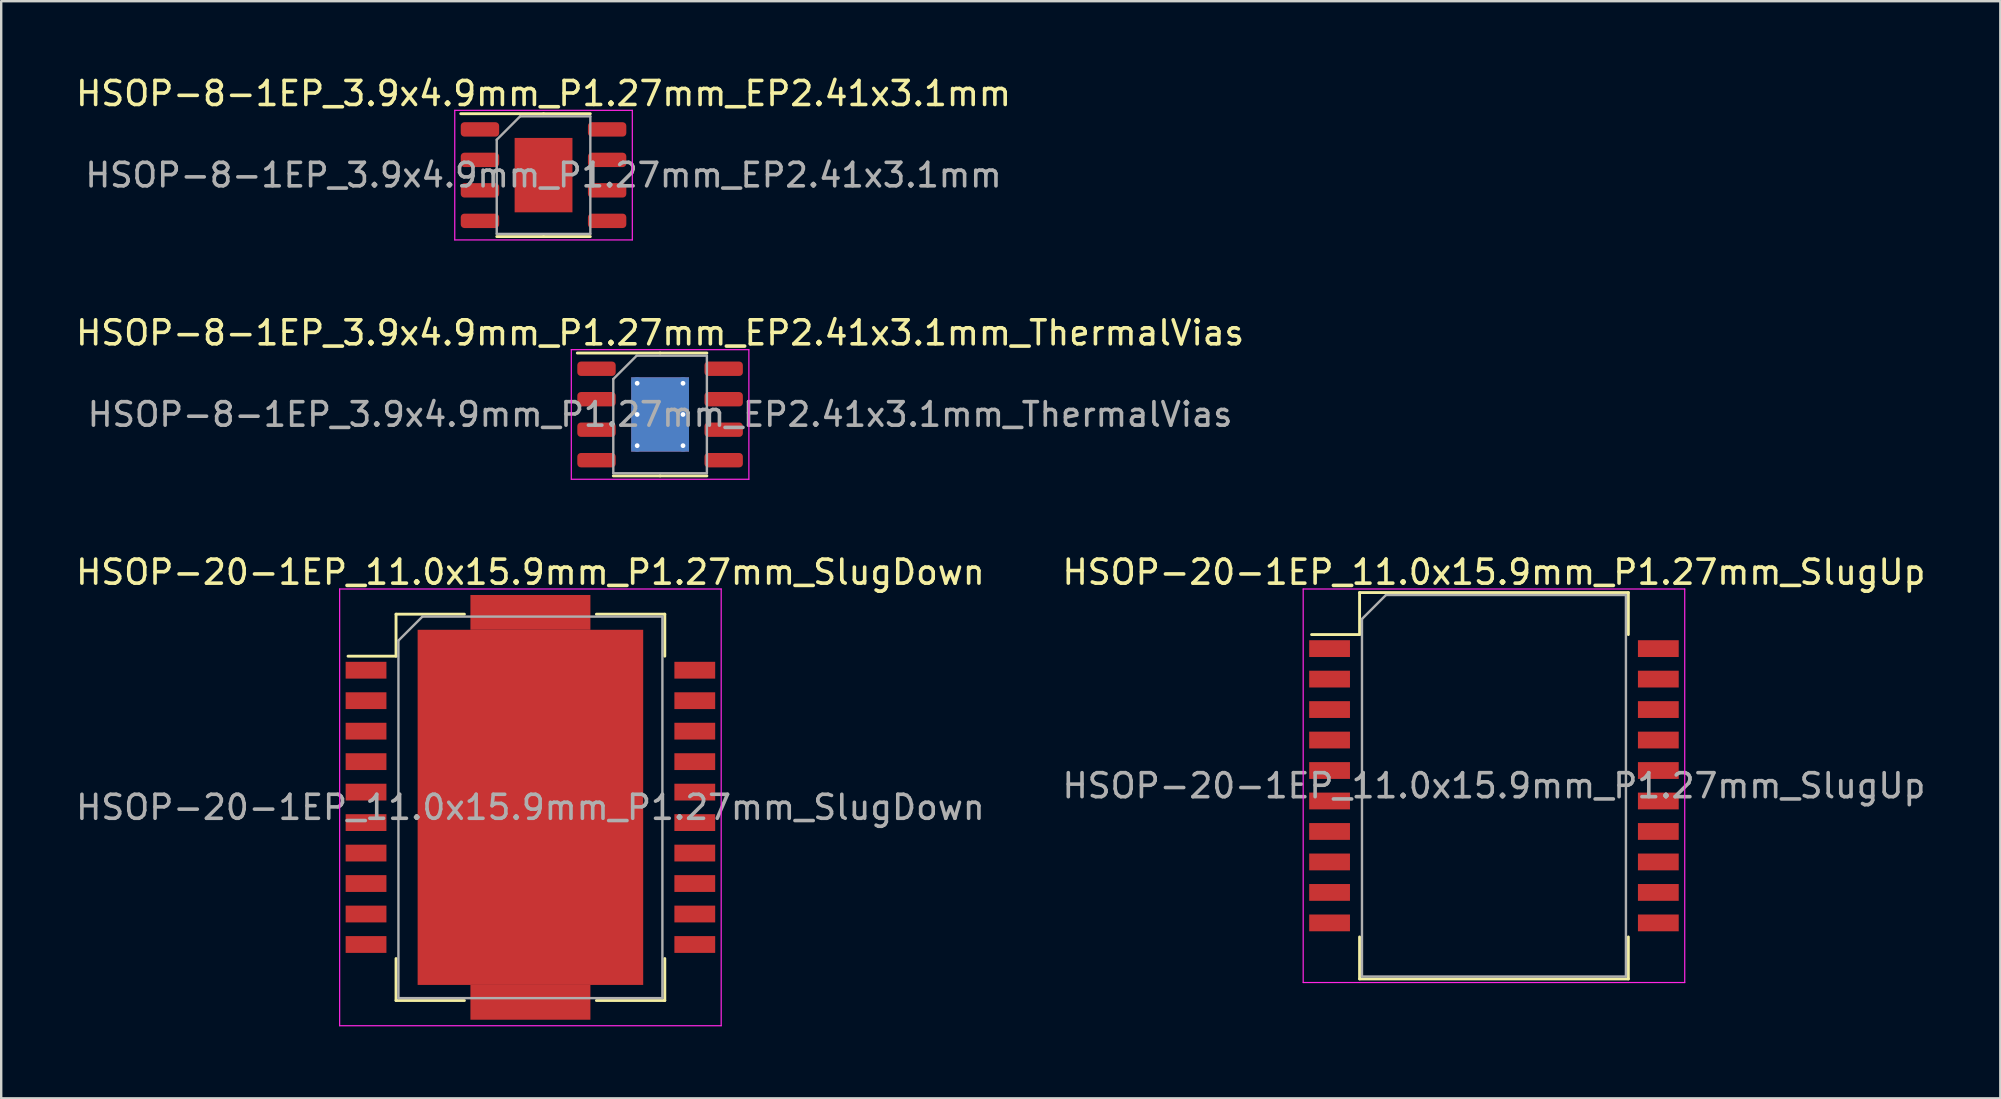
<source format=kicad_pcb>
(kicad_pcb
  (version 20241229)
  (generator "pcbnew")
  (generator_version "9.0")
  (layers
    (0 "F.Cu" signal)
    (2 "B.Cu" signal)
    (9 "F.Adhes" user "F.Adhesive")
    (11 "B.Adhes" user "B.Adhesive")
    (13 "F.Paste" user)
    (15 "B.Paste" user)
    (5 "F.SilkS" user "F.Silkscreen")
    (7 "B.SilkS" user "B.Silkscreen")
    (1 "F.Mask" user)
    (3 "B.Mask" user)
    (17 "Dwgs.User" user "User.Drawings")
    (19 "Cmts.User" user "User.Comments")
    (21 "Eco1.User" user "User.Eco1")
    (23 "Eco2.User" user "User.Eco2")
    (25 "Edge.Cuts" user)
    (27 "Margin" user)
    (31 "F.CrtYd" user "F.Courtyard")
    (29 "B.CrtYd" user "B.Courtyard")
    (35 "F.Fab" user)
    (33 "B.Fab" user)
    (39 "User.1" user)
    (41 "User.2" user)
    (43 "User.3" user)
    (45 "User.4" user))
  (footprint "HSOP-8-1EP_3.9x4.9mm_P1.27mm_EP2.41x3.1mm"
    (layer "F.Cu")
    (at 19.601 4.248)
    (property "Reference" "HSOP-8-1EP_3.9x4.9mm_P1.27mm_EP2.41x3.1mm" (at 0 -3.4 0) (layer "F.SilkS") (effects (font (size 1 1) (thickness 0.15))))
    (attr smd)
    (fp_line (start 0 -2.56) (end -3.45 -2.56) (stroke (width 0.12) (type solid)) (layer "F.SilkS"))
    (fp_line (start 0 -2.56) (end 1.95 -2.56) (stroke (width 0.12) (type solid)) (layer "F.SilkS"))
    (fp_line (start 0 2.56) (end -1.95 2.56) (stroke (width 0.12) (type solid)) (layer "F.SilkS"))
    (fp_line (start 0 2.56) (end 1.95 2.56) (stroke (width 0.12) (type solid)) (layer "F.SilkS"))
    (fp_line (start -3.7 -2.7) (end -3.7 2.7) (stroke (width 0.05) (type solid)) (layer "F.CrtYd"))
    (fp_line (start -3.7 2.7) (end 3.7 2.7) (stroke (width 0.05) (type solid)) (layer "F.CrtYd"))
    (fp_line (start 3.7 -2.7) (end -3.7 -2.7) (stroke (width 0.05) (type solid)) (layer "F.CrtYd"))
    (fp_line (start 3.7 2.7) (end 3.7 -2.7) (stroke (width 0.05) (type solid)) (layer "F.CrtYd"))
    (fp_line (start -1.95 -1.475) (end -0.975 -2.45) (stroke (width 0.1) (type solid)) (layer "F.Fab"))
    (fp_line (start -1.95 2.45) (end -1.95 -1.475) (stroke (width 0.1) (type solid)) (layer "F.Fab"))
    (fp_line (start -0.975 -2.45) (end 1.95 -2.45) (stroke (width 0.1) (type solid)) (layer "F.Fab"))
    (fp_line (start 1.95 -2.45) (end 1.95 2.45) (stroke (width 0.1) (type solid)) (layer "F.Fab"))
    (fp_line (start 1.95 2.45) (end -1.95 2.45) (stroke (width 0.1) (type solid)) (layer "F.Fab"))
    (fp_text user "${REFERENCE}" (at 0 0 0) (layer "F.Fab") (effects (font (size 0.98 0.98) (thickness 0.15))))
    (pad "" smd roundrect (at -0.6 -0.775) (size 0.97 1.25) (layers "F.Paste") (roundrect_rratio 0.25))
    (pad "" smd roundrect (at -0.6 0.775) (size 0.97 1.25) (layers "F.Paste") (roundrect_rratio 0.25))
    (pad "" smd roundrect (at 0.6 -0.775) (size 0.97 1.25) (layers "F.Paste") (roundrect_rratio 0.25))
    (pad "" smd roundrect (at 0.6 0.775) (size 0.97 1.25) (layers "F.Paste") (roundrect_rratio 0.25))
    (pad "1" smd roundrect (at -2.65 -1.905) (size 1.6 0.6) (layers "F.Cu" "F.Mask" "F.Paste") (roundrect_rratio 0.25))
    (pad "2" smd roundrect (at -2.65 -0.635) (size 1.6 0.6) (layers "F.Cu" "F.Mask" "F.Paste") (roundrect_rratio 0.25))
    (pad "3" smd roundrect (at -2.65 0.635) (size 1.6 0.6) (layers "F.Cu" "F.Mask" "F.Paste") (roundrect_rratio 0.25))
    (pad "4" smd roundrect (at -2.65 1.905) (size 1.6 0.6) (layers "F.Cu" "F.Mask" "F.Paste") (roundrect_rratio 0.25))
    (pad "5" smd roundrect (at 2.65 1.905) (size 1.6 0.6) (layers "F.Cu" "F.Mask" "F.Paste") (roundrect_rratio 0.25))
    (pad "6" smd roundrect (at 2.65 0.635) (size 1.6 0.6) (layers "F.Cu" "F.Mask" "F.Paste") (roundrect_rratio 0.25))
    (pad "7" smd roundrect (at 2.65 -0.635) (size 1.6 0.6) (layers "F.Cu" "F.Mask" "F.Paste") (roundrect_rratio 0.25))
    (pad "8" smd roundrect (at 2.65 -1.905) (size 1.6 0.6) (layers "F.Cu" "F.Mask" "F.Paste") (roundrect_rratio 0.25))
    (pad "9" smd rect (at 0 0) (size 2.41 3.1) (layers "F.Cu" "F.Mask")))
  (footprint "HSOP-20-1EP_11.0x15.9mm_P1.27mm_SlugDown"
    (layer "F.Cu")
    (at 19.054 30.595)
    (property "Reference" "HSOP-20-1EP_11.0x15.9mm_P1.27mm_SlugDown" (at 0 -9.8 0) (layer "F.SilkS") (effects (font (size 1 1) (thickness 0.15))))
    (attr smd)
    (fp_line (start -5.6 -8.05) (end -5.6 -6.3) (stroke (width 0.12) (type solid)) (layer "F.SilkS"))
    (fp_line (start -5.6 -6.3) (end -7.6 -6.3) (stroke (width 0.12) (type solid)) (layer "F.SilkS"))
    (fp_line (start -5.6 8.05) (end -5.6 6.3) (stroke (width 0.12) (type solid)) (layer "F.SilkS"))
    (fp_line (start -2.75 -8.05) (end -5.6 -8.05) (stroke (width 0.12) (type solid)) (layer "F.SilkS"))
    (fp_line (start -2.75 8.05) (end -5.6 8.05) (stroke (width 0.12) (type solid)) (layer "F.SilkS"))
    (fp_line (start 5.6 -8.05) (end 2.75 -8.05) (stroke (width 0.12) (type solid)) (layer "F.SilkS"))
    (fp_line (start 5.6 -8.05) (end 5.6 -6.3) (stroke (width 0.12) (type solid)) (layer "F.SilkS"))
    (fp_line (start 5.6 8.05) (end 2.75 8.05) (stroke (width 0.12) (type solid)) (layer "F.SilkS"))
    (fp_line (start 5.6 8.05) (end 5.6 6.3) (stroke (width 0.12) (type solid)) (layer "F.SilkS"))
    (fp_line (start -7.95 -9.1) (end -7.95 9.1) (stroke (width 0.05) (type solid)) (layer "F.CrtYd"))
    (fp_line (start -7.95 -9.1) (end 7.95 -9.1) (stroke (width 0.05) (type solid)) (layer "F.CrtYd"))
    (fp_line (start 7.95 9.1) (end -7.95 9.1) (stroke (width 0.05) (type solid)) (layer "F.CrtYd"))
    (fp_line (start 7.95 9.1) (end 7.95 -9.1) (stroke (width 0.05) (type solid)) (layer "F.CrtYd"))
    (fp_line (start -5.5 -6.95) (end -5.5 7.95) (stroke (width 0.1) (type solid)) (layer "F.Fab"))
    (fp_line (start -5.5 7.95) (end 5.5 7.95) (stroke (width 0.1) (type solid)) (layer "F.Fab"))
    (fp_line (start -4.5 -7.95) (end -5.5 -6.95) (stroke (width 0.1) (type solid)) (layer "F.Fab"))
    (fp_line (start 5.5 -7.95) (end -4.5 -7.95) (stroke (width 0.1) (type solid)) (layer "F.Fab"))
    (fp_line (start 5.5 7.95) (end 5.5 -7.95) (stroke (width 0.1) (type solid)) (layer "F.Fab"))
    (fp_text user "${REFERENCE}" (at 0 0 0) (layer "F.Fab") (effects (font (size 1 1) (thickness 0.15))))
    (pad "1" smd rect (at -6.85 -5.715) (size 1.7 0.7) (layers "F.Cu" "F.Mask" "F.Paste"))
    (pad "2" smd rect (at -6.85 -4.445) (size 1.7 0.7) (layers "F.Cu" "F.Mask" "F.Paste"))
    (pad "3" smd rect (at -6.85 -3.175) (size 1.7 0.7) (layers "F.Cu" "F.Mask" "F.Paste"))
    (pad "4" smd rect (at -6.85 -1.905) (size 1.7 0.7) (layers "F.Cu" "F.Mask" "F.Paste"))
    (pad "5" smd rect (at -6.85 -0.635) (size 1.7 0.7) (layers "F.Cu" "F.Mask" "F.Paste"))
    (pad "6" smd rect (at -6.85 0.635) (size 1.7 0.7) (layers "F.Cu" "F.Mask" "F.Paste"))
    (pad "7" smd rect (at -6.85 1.905) (size 1.7 0.7) (layers "F.Cu" "F.Mask" "F.Paste"))
    (pad "8" smd rect (at -6.85 3.175) (size 1.7 0.7) (layers "F.Cu" "F.Mask" "F.Paste"))
    (pad "9" smd rect (at -6.85 4.445) (size 1.7 0.7) (layers "F.Cu" "F.Mask" "F.Paste"))
    (pad "10" smd rect (at -6.85 5.715) (size 1.7 0.7) (layers "F.Cu" "F.Mask" "F.Paste"))
    (pad "11" smd rect (at 6.85 5.715) (size 1.7 0.7) (layers "F.Cu" "F.Mask" "F.Paste"))
    (pad "12" smd rect (at 6.85 4.445) (size 1.7 0.7) (layers "F.Cu" "F.Mask" "F.Paste"))
    (pad "13" smd rect (at 6.85 3.175) (size 1.7 0.7) (layers "F.Cu" "F.Mask" "F.Paste"))
    (pad "14" smd rect (at 6.85 1.905) (size 1.7 0.7) (layers "F.Cu" "F.Mask" "F.Paste"))
    (pad "15" smd rect (at 6.85 0.635) (size 1.7 0.7) (layers "F.Cu" "F.Mask" "F.Paste"))
    (pad "16" smd rect (at 6.85 -0.635) (size 1.7 0.7) (layers "F.Cu" "F.Mask" "F.Paste"))
    (pad "17" smd rect (at 6.85 -1.905) (size 1.7 0.7) (layers "F.Cu" "F.Mask" "F.Paste"))
    (pad "18" smd rect (at 6.85 -3.175) (size 1.7 0.7) (layers "F.Cu" "F.Mask" "F.Paste"))
    (pad "19" smd rect (at 6.85 -4.445) (size 1.7 0.7) (layers "F.Cu" "F.Mask" "F.Paste"))
    (pad "20" smd rect (at 6.85 -5.715) (size 1.7 0.7) (layers "F.Cu" "F.Mask" "F.Paste"))
    (pad "21" smd rect (at 0 -8.125) (size 5 1.45) (layers "F.Cu" "F.Mask" "F.Paste"))
    (pad "21" smd rect (at 0 0) (size 9.4 14.8) (layers "F.Cu" "F.Mask" "F.Paste"))
    (pad "21" smd rect (at 0 8.125) (size 5 1.45) (layers "F.Cu" "F.Mask" "F.Paste")))
  (footprint "HSOP-8-1EP_3.9x4.9mm_P1.27mm_EP2.41x3.1mm_ThermalVias"
    (layer "F.Cu")
    (at 24.458 14.222)
    (property "Reference" "HSOP-8-1EP_3.9x4.9mm_P1.27mm_EP2.41x3.1mm_ThermalVias" (at 0 -3.4 0) (layer "F.SilkS") (effects (font (size 1 1) (thickness 0.15))))
    (attr smd)
    (fp_line (start 0 -2.56) (end -3.45 -2.56) (stroke (width 0.12) (type solid)) (layer "F.SilkS"))
    (fp_line (start 0 -2.56) (end 1.95 -2.56) (stroke (width 0.12) (type solid)) (layer "F.SilkS"))
    (fp_line (start 0 2.56) (end -1.95 2.56) (stroke (width 0.12) (type solid)) (layer "F.SilkS"))
    (fp_line (start 0 2.56) (end 1.95 2.56) (stroke (width 0.12) (type solid)) (layer "F.SilkS"))
    (fp_line (start -3.7 -2.7) (end -3.7 2.7) (stroke (width 0.05) (type solid)) (layer "F.CrtYd"))
    (fp_line (start -3.7 2.7) (end 3.7 2.7) (stroke (width 0.05) (type solid)) (layer "F.CrtYd"))
    (fp_line (start 3.7 -2.7) (end -3.7 -2.7) (stroke (width 0.05) (type solid)) (layer "F.CrtYd"))
    (fp_line (start 3.7 2.7) (end 3.7 -2.7) (stroke (width 0.05) (type solid)) (layer "F.CrtYd"))
    (fp_line (start -1.95 -1.475) (end -0.975 -2.45) (stroke (width 0.1) (type solid)) (layer "F.Fab"))
    (fp_line (start -1.95 2.45) (end -1.95 -1.475) (stroke (width 0.1) (type solid)) (layer "F.Fab"))
    (fp_line (start -0.975 -2.45) (end 1.95 -2.45) (stroke (width 0.1) (type solid)) (layer "F.Fab"))
    (fp_line (start 1.95 -2.45) (end 1.95 2.45) (stroke (width 0.1) (type solid)) (layer "F.Fab"))
    (fp_line (start 1.95 2.45) (end -1.95 2.45) (stroke (width 0.1) (type solid)) (layer "F.Fab"))
    (fp_text user "${REFERENCE}" (at 0 0 0) (layer "F.Fab") (effects (font (size 0.98 0.98) (thickness 0.15))))
    (pad "" smd roundrect (at -0.6 -0.775) (size 0.97 1.25) (layers "F.Paste") (roundrect_rratio 0.25))
    (pad "" smd roundrect (at -0.6 0.775) (size 0.97 1.25) (layers "F.Paste") (roundrect_rratio 0.25))
    (pad "" smd roundrect (at 0.6 -0.775) (size 0.97 1.25) (layers "F.Paste") (roundrect_rratio 0.25))
    (pad "" smd roundrect (at 0.6 0.775) (size 0.97 1.25) (layers "F.Paste") (roundrect_rratio 0.25))
    (pad "1" smd roundrect (at -2.65 -1.905) (size 1.6 0.6) (layers "F.Cu" "F.Mask" "F.Paste") (roundrect_rratio 0.25))
    (pad "2" smd roundrect (at -2.65 -0.635) (size 1.6 0.6) (layers "F.Cu" "F.Mask" "F.Paste") (roundrect_rratio 0.25))
    (pad "3" smd roundrect (at -2.65 0.635) (size 1.6 0.6) (layers "F.Cu" "F.Mask" "F.Paste") (roundrect_rratio 0.25))
    (pad "4" smd roundrect (at -2.65 1.905) (size 1.6 0.6) (layers "F.Cu" "F.Mask" "F.Paste") (roundrect_rratio 0.25))
    (pad "5" smd roundrect (at 2.65 1.905) (size 1.6 0.6) (layers "F.Cu" "F.Mask" "F.Paste") (roundrect_rratio 0.25))
    (pad "6" smd roundrect (at 2.65 0.635) (size 1.6 0.6) (layers "F.Cu" "F.Mask" "F.Paste") (roundrect_rratio 0.25))
    (pad "7" smd roundrect (at 2.65 -0.635) (size 1.6 0.6) (layers "F.Cu" "F.Mask" "F.Paste") (roundrect_rratio 0.25))
    (pad "8" smd roundrect (at 2.65 -1.905) (size 1.6 0.6) (layers "F.Cu" "F.Mask" "F.Paste") (roundrect_rratio 0.25))
    (pad "9" thru_hole circle (at -0.955 -1.3) (size 0.5 0.5) (drill 0.2) (layers "*.Cu"))
    (pad "9" thru_hole circle (at -0.955 0) (size 0.5 0.5) (drill 0.2) (layers "*.Cu"))
    (pad "9" thru_hole circle (at -0.955 1.3) (size 0.5 0.5) (drill 0.2) (layers "*.Cu"))
    (pad "9" smd rect (at 0 0) (size 2.41 3.1) (layers "F.Cu" "F.Mask"))
    (pad "9" smd rect (at 0 0) (size 2.41 3.1) (layers "B.Cu"))
    (pad "9" thru_hole circle (at 0.955 -1.3) (size 0.5 0.5) (drill 0.2) (layers "*.Cu"))
    (pad "9" thru_hole circle (at 0.955 0) (size 0.5 0.5) (drill 0.2) (layers "*.Cu"))
    (pad "9" thru_hole circle (at 0.955 1.3) (size 0.5 0.5) (drill 0.2) (layers "*.Cu")))
  (footprint "HSOP-20-1EP_11.0x15.9mm_P1.27mm_SlugUp"
    (layer "F.Cu")
    (at 59.208 29.695)
    (property "Reference" "HSOP-20-1EP_11.0x15.9mm_P1.27mm_SlugUp" (at 0 -8.9 0) (layer "F.SilkS") (effects (font (size 1 1) (thickness 0.15))))
    (attr smd)
    (fp_line (start -5.6 -8.05) (end -5.6 -6.3) (stroke (width 0.12) (type solid)) (layer "F.SilkS"))
    (fp_line (start -5.6 -6.3) (end -7.6 -6.3) (stroke (width 0.12) (type solid)) (layer "F.SilkS"))
    (fp_line (start -5.6 8.05) (end -5.6 6.3) (stroke (width 0.12) (type solid)) (layer "F.SilkS"))
    (fp_line (start 5.6 -8.05) (end -5.6 -8.05) (stroke (width 0.12) (type solid)) (layer "F.SilkS"))
    (fp_line (start 5.6 -8.05) (end 5.6 -6.3) (stroke (width 0.12) (type solid)) (layer "F.SilkS"))
    (fp_line (start 5.6 8.05) (end -5.6 8.05) (stroke (width 0.12) (type solid)) (layer "F.SilkS"))
    (fp_line (start 5.6 8.05) (end 5.6 6.3) (stroke (width 0.12) (type solid)) (layer "F.SilkS"))
    (fp_line (start -7.95 -8.2) (end -7.95 8.2) (stroke (width 0.05) (type solid)) (layer "F.CrtYd"))
    (fp_line (start -7.95 -8.2) (end 7.95 -8.2) (stroke (width 0.05) (type solid)) (layer "F.CrtYd"))
    (fp_line (start 7.95 8.2) (end -7.95 8.2) (stroke (width 0.05) (type solid)) (layer "F.CrtYd"))
    (fp_line (start 7.95 8.2) (end 7.95 -8.2) (stroke (width 0.05) (type solid)) (layer "F.CrtYd"))
    (fp_line (start -5.5 -6.95) (end -5.5 7.95) (stroke (width 0.1) (type solid)) (layer "F.Fab"))
    (fp_line (start -5.5 7.95) (end 5.5 7.95) (stroke (width 0.1) (type solid)) (layer "F.Fab"))
    (fp_line (start -4.5 -7.95) (end -5.5 -6.95) (stroke (width 0.1) (type solid)) (layer "F.Fab"))
    (fp_line (start 5.5 -7.95) (end -4.5 -7.95) (stroke (width 0.1) (type solid)) (layer "F.Fab"))
    (fp_line (start 5.5 7.95) (end 5.5 -7.95) (stroke (width 0.1) (type solid)) (layer "F.Fab"))
    (fp_text user "${REFERENCE}" (at 0 0 0) (layer "F.Fab") (effects (font (size 1 1) (thickness 0.15))))
    (pad "1" smd rect (at -6.85 -5.715) (size 1.7 0.7) (layers "F.Cu" "F.Mask" "F.Paste"))
    (pad "2" smd rect (at -6.85 -4.445) (size 1.7 0.7) (layers "F.Cu" "F.Mask" "F.Paste"))
    (pad "3" smd rect (at -6.85 -3.175) (size 1.7 0.7) (layers "F.Cu" "F.Mask" "F.Paste"))
    (pad "4" smd rect (at -6.85 -1.905) (size 1.7 0.7) (layers "F.Cu" "F.Mask" "F.Paste"))
    (pad "5" smd rect (at -6.85 -0.635) (size 1.7 0.7) (layers "F.Cu" "F.Mask" "F.Paste"))
    (pad "6" smd rect (at -6.85 0.635) (size 1.7 0.7) (layers "F.Cu" "F.Mask" "F.Paste"))
    (pad "7" smd rect (at -6.85 1.905) (size 1.7 0.7) (layers "F.Cu" "F.Mask" "F.Paste"))
    (pad "8" smd rect (at -6.85 3.175) (size 1.7 0.7) (layers "F.Cu" "F.Mask" "F.Paste"))
    (pad "9" smd rect (at -6.85 4.445) (size 1.7 0.7) (layers "F.Cu" "F.Mask" "F.Paste"))
    (pad "10" smd rect (at -6.85 5.715) (size 1.7 0.7) (layers "F.Cu" "F.Mask" "F.Paste"))
    (pad "11" smd rect (at 6.85 5.715) (size 1.7 0.7) (layers "F.Cu" "F.Mask" "F.Paste"))
    (pad "12" smd rect (at 6.85 4.445) (size 1.7 0.7) (layers "F.Cu" "F.Mask" "F.Paste"))
    (pad "13" smd rect (at 6.85 3.175) (size 1.7 0.7) (layers "F.Cu" "F.Mask" "F.Paste"))
    (pad "14" smd rect (at 6.85 1.905) (size 1.7 0.7) (layers "F.Cu" "F.Mask" "F.Paste"))
    (pad "15" smd rect (at 6.85 0.635) (size 1.7 0.7) (layers "F.Cu" "F.Mask" "F.Paste"))
    (pad "16" smd rect (at 6.85 -0.635) (size 1.7 0.7) (layers "F.Cu" "F.Mask" "F.Paste"))
    (pad "17" smd rect (at 6.85 -1.905) (size 1.7 0.7) (layers "F.Cu" "F.Mask" "F.Paste"))
    (pad "18" smd rect (at 6.85 -3.175) (size 1.7 0.7) (layers "F.Cu" "F.Mask" "F.Paste"))
    (pad "19" smd rect (at 6.85 -4.445) (size 1.7 0.7) (layers "F.Cu" "F.Mask" "F.Paste"))
    (pad "20" smd rect (at 6.85 -5.715) (size 1.7 0.7) (layers "F.Cu" "F.Mask" "F.Paste")))
  (gr_rect
    (start -3 -3)
    (end 80.31 42.72)
    (stroke (width 0.1) (type default))
    (fill no)
    (layer "Edge.Cuts")))
</source>
